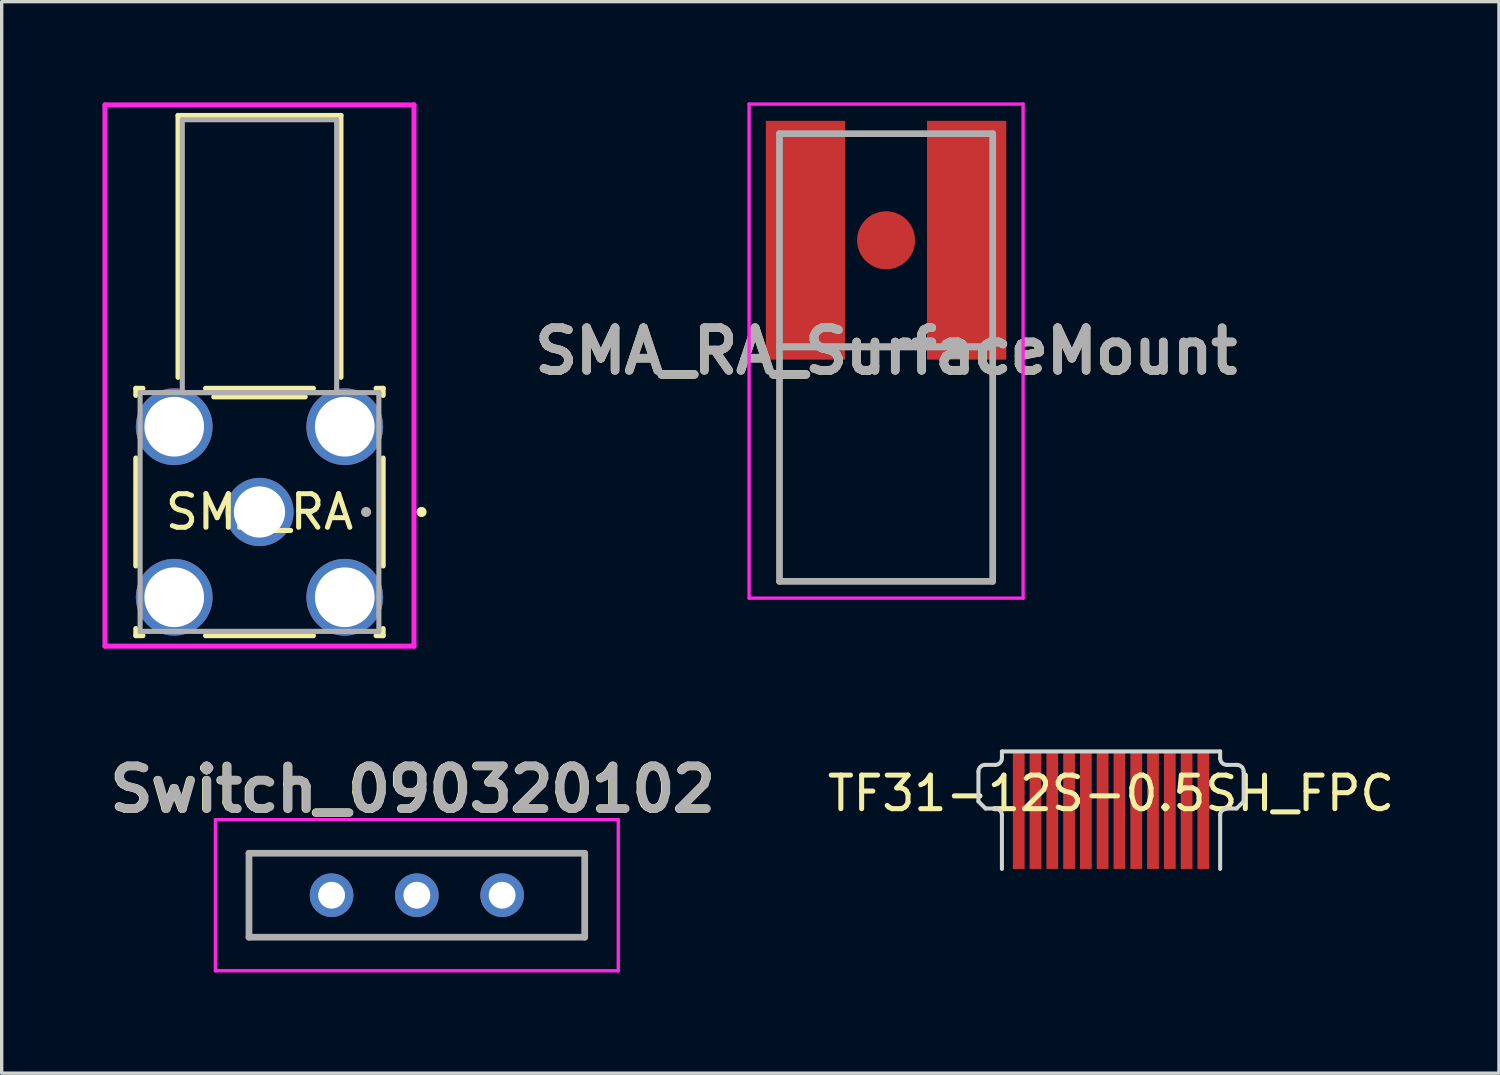
<source format=kicad_pcb>
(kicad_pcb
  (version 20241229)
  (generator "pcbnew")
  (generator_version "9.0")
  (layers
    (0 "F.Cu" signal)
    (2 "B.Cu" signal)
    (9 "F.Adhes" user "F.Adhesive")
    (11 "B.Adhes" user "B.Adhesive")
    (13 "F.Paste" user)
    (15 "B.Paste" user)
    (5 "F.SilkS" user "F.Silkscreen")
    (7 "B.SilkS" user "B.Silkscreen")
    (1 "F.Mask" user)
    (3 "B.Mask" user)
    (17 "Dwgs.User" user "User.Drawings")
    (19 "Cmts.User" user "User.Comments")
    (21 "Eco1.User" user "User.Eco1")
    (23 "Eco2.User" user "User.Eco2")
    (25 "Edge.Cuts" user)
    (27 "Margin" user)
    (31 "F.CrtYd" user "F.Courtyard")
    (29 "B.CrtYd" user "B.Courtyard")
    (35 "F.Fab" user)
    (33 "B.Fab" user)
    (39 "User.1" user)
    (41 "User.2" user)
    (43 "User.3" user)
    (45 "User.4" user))
  (footprint "SMA_RA"
    (layer "F.Cu")
    (at 4.679 12.2)
    (property "Reference" "SMA_RA" (at 0 0 0) (layer "F.SilkS") (effects (font (size 1 1) (thickness 0.15))))
    (attr through_hole)
    (fp_line (start -3.683 -3.683) (end -3.683 -3.473) (stroke (width 0.152) (type solid)) (layer "F.SilkS"))
    (fp_line (start -3.683 -1.607) (end -3.683 1.607) (stroke (width 0.152) (type solid)) (layer "F.SilkS"))
    (fp_line (start -3.683 3.473) (end -3.683 3.683) (stroke (width 0.152) (type solid)) (layer "F.SilkS"))
    (fp_line (start -3.683 3.683) (end -3.473 3.683) (stroke (width 0.152) (type solid)) (layer "F.SilkS"))
    (fp_line (start -3.473 -3.683) (end -3.683 -3.683) (stroke (width 0.152) (type solid)) (layer "F.SilkS"))
    (fp_line (start -2.426 -11.811) (end -2.426 -4.011) (stroke (width 0.152) (type solid)) (layer "F.SilkS"))
    (fp_line (start -1.607 3.683) (end 1.607 3.683) (stroke (width 0.152) (type solid)) (layer "F.SilkS"))
    (fp_line (start -1.362 -3.429) (end 1.362 -3.429) (stroke (width 0.152) (type solid)) (layer "F.SilkS"))
    (fp_line (start 1.607 -3.683) (end -1.607 -3.683) (stroke (width 0.152) (type solid)) (layer "F.SilkS"))
    (fp_line (start 2.426 -11.811) (end -2.426 -11.811) (stroke (width 0.152) (type solid)) (layer "F.SilkS"))
    (fp_line (start 2.426 -4.011) (end 2.426 -11.811) (stroke (width 0.152) (type solid)) (layer "F.SilkS"))
    (fp_line (start 3.473 3.683) (end 3.683 3.683) (stroke (width 0.152) (type solid)) (layer "F.SilkS"))
    (fp_line (start 3.683 -3.683) (end 3.473 -3.683) (stroke (width 0.152) (type solid)) (layer "F.SilkS"))
    (fp_line (start 3.683 -3.473) (end 3.683 -3.683) (stroke (width 0.152) (type solid)) (layer "F.SilkS"))
    (fp_line (start 3.683 1.607) (end 3.683 -1.607) (stroke (width 0.152) (type solid)) (layer "F.SilkS"))
    (fp_line (start 3.683 3.683) (end 3.683 3.473) (stroke (width 0.152) (type solid)) (layer "F.SilkS"))
    (fp_circle (center 4.826 0) (end 4.902 0) (stroke (width 0.152) (type solid)) (fill no) (layer "F.SilkS"))
    (fp_line (start -4.602 -12.124) (end 4.602 -12.124) (stroke (width 0.152) (type solid)) (layer "F.CrtYd"))
    (fp_line (start -4.602 3.996) (end -4.602 -12.124) (stroke (width 0.152) (type solid)) (layer "F.CrtYd"))
    (fp_line (start 4.602 -12.124) (end 4.602 3.996) (stroke (width 0.152) (type solid)) (layer "F.CrtYd"))
    (fp_line (start 4.602 3.996) (end -4.602 3.996) (stroke (width 0.152) (type solid)) (layer "F.CrtYd"))
    (fp_line (start -3.556 -3.556) (end -3.556 3.556) (stroke (width 0.152) (type solid)) (layer "F.Fab"))
    (fp_line (start -3.556 3.556) (end 3.556 3.556) (stroke (width 0.152) (type solid)) (layer "F.Fab"))
    (fp_line (start -2.299 -11.684) (end -2.299 -3.556) (stroke (width 0.152) (type solid)) (layer "F.Fab"))
    (fp_line (start -2.299 -3.556) (end 2.299 -3.556) (stroke (width 0.152) (type solid)) (layer "F.Fab"))
    (fp_line (start 2.299 -11.684) (end -2.299 -11.684) (stroke (width 0.152) (type solid)) (layer "F.Fab"))
    (fp_line (start 2.299 -3.556) (end 2.299 -11.684) (stroke (width 0.152) (type solid)) (layer "F.Fab"))
    (fp_line (start 3.556 -3.556) (end -3.556 -3.556) (stroke (width 0.152) (type solid)) (layer "F.Fab"))
    (fp_line (start 3.556 3.556) (end 3.556 -3.556) (stroke (width 0.152) (type solid)) (layer "F.Fab"))
    (fp_circle (center 3.175 0) (end 3.251 0) (stroke (width 0.152) (type solid)) (fill no) (layer "F.Fab"))
    (fp_text user "*" (at 0 0 0) (layer "F.SilkS") (effects (font (size 1 1) (thickness 0.15))))
    (fp_text user "Copyright 2016 Accelerated Designs. All rights reserved." (at 0 0 0) (layer "Cmts.User") (effects (font (size 0.127 0.127) (thickness 0.002))))
    (fp_text user "*" (at 0 0 0) (layer "F.Fab") (effects (font (size 1 1) (thickness 0.15))))
    (pad "1" thru_hole circle (at 0 0) (size 2.032 2.032) (drill 1.524) (layers "*.Cu" "*.Mask"))
    (pad "2" thru_hole circle (at -2.54 -2.54) (size 2.286 2.286) (drill 1.778) (layers "*.Cu" "*.Mask"))
    (pad "3" thru_hole circle (at -2.54 2.54) (size 2.286 2.286) (drill 1.778) (layers "*.Cu" "*.Mask"))
    (pad "4" thru_hole circle (at 2.54 2.54) (size 2.286 2.286) (drill 1.778) (layers "*.Cu" "*.Mask"))
    (pad "5" thru_hole circle (at 2.54 -2.54) (size 2.286 2.286) (drill 1.778) (layers "*.Cu" "*.Mask")))
  (footprint "TF31-12S-0.5SH_FPC"
    (layer "F.Cu")
    (at 30.043 21.082)
    (property "Reference" "TF31-12S-0.5SH_FPC" (at 0 -0.5 0) (unlocked yes) (layer "F.SilkS") (effects (font (size 1 1) (thickness 0.15))))
    (attr smd)
    (fp_line (start -3.95 -0.262) (end -3.95 -1.15) (stroke (width 0.12) (type solid)) (layer "Edge.Cuts"))
    (fp_line (start -3.75 -1.35) (end -3.45 -1.35) (stroke (width 0.12) (type solid)) (layer "Edge.Cuts"))
    (fp_line (start -3.738 -0.05) (end -3.95 -0.262) (stroke (width 0.12) (type solid)) (layer "Edge.Cuts"))
    (fp_line (start -3.45 -0.05) (end -3.738 -0.05) (stroke (width 0.12) (type solid)) (layer "Edge.Cuts"))
    (fp_line (start -3.25 -1.75) (end 3.25 -1.75) (stroke (width 0.12) (type solid)) (layer "Edge.Cuts"))
    (fp_line (start -3.25 -1.55) (end -3.25 -1.75) (stroke (width 0.12) (type solid)) (layer "Edge.Cuts"))
    (fp_line (start -3.25 1.75) (end -3.25 0.15) (stroke (width 0.12) (type solid)) (layer "Edge.Cuts"))
    (fp_line (start 3.25 -1.55) (end 3.25 -1.75) (stroke (width 0.12) (type solid)) (layer "Edge.Cuts"))
    (fp_line (start 3.25 1.75) (end 3.25 0.15) (stroke (width 0.12) (type solid)) (layer "Edge.Cuts"))
    (fp_line (start 3.45 -0.05) (end 3.738 -0.05) (stroke (width 0.12) (type solid)) (layer "Edge.Cuts"))
    (fp_line (start 3.738 -0.05) (end 3.95 -0.262) (stroke (width 0.12) (type solid)) (layer "Edge.Cuts"))
    (fp_line (start 3.75 -1.35) (end 3.45 -1.35) (stroke (width 0.12) (type solid)) (layer "Edge.Cuts"))
    (fp_line (start 3.95 -0.262) (end 3.95 -1.15) (stroke (width 0.12) (type solid)) (layer "Edge.Cuts"))
    (fp_arc (start -3.95 -1.15) (mid -3.891421 -1.291421) (end -3.75 -1.35) (stroke (width 0.12) (type solid)) (layer "Edge.Cuts"))
    (fp_arc (start -3.45 -0.05) (mid -3.308579 0.008579) (end -3.25 0.15) (stroke (width 0.12) (type solid)) (layer "Edge.Cuts"))
    (fp_arc (start -3.25 -1.55) (mid -3.308579 -1.408579) (end -3.45 -1.35) (stroke (width 0.12) (type solid)) (layer "Edge.Cuts"))
    (fp_arc (start 3.25 0.15) (mid 3.308579 0.008579) (end 3.45 -0.05) (stroke (width 0.12) (type solid)) (layer "Edge.Cuts"))
    (fp_arc (start 3.45 -1.35) (mid 3.308579 -1.408579) (end 3.25 -1.55) (stroke (width 0.12) (type solid)) (layer "Edge.Cuts"))
    (fp_arc (start 3.75 -1.35) (mid 3.891421 -1.291421) (end 3.95 -1.15) (stroke (width 0.12) (type solid)) (layer "Edge.Cuts"))
    (pad "1" smd rect (at -2.75 0) (size 0.35 3.5) (layers "F.Cu" "F.Mask" "F.Paste"))
    (pad "2" smd rect (at -2.25 0) (size 0.35 3.5) (layers "F.Cu" "F.Mask" "F.Paste"))
    (pad "3" smd rect (at -1.75 0) (size 0.35 3.5) (layers "F.Cu" "F.Mask" "F.Paste"))
    (pad "4" smd rect (at -1.25 0) (size 0.35 3.5) (layers "F.Cu" "F.Mask" "F.Paste"))
    (pad "5" smd rect (at -0.75 0) (size 0.35 3.5) (layers "F.Cu" "F.Mask" "F.Paste"))
    (pad "6" smd rect (at -0.25 0) (size 0.35 3.5) (layers "F.Cu" "F.Mask" "F.Paste"))
    (pad "7" smd rect (at 0.25 0) (size 0.35 3.5) (layers "F.Cu" "F.Mask" "F.Paste"))
    (pad "8" smd rect (at 0.75 0) (size 0.35 3.5) (layers "F.Cu" "F.Mask" "F.Paste"))
    (pad "9" smd rect (at 1.25 0) (size 0.35 3.5) (layers "F.Cu" "F.Mask" "F.Paste"))
    (pad "10" smd rect (at 1.75 0) (size 0.35 3.5) (layers "F.Cu" "F.Mask" "F.Paste"))
    (pad "11" smd rect (at 2.25 0) (size 0.35 3.5) (layers "F.Cu" "F.Mask" "F.Paste"))
    (pad "12" smd rect (at 2.75 0) (size 0.35 3.5) (layers "F.Cu" "F.Mask" "F.Paste")))
  (footprint "Switch_090320102"
    (layer "F.Cu")
    (at 9.366 23.615)
    (property "Reference" "Switch_090320102" (at -0.131 -3.155 0) (layer "F.SilkS") (effects (font (size 1.27 1.27) (thickness 0.254))))
    (attr through_hole)
    (fp_line (start -5 -1.25) (end 5 -1.25) (stroke (width 0.1) (type solid)) (layer "F.SilkS"))
    (fp_line (start -5 1.25) (end -5 -1.25) (stroke (width 0.1) (type solid)) (layer "F.SilkS"))
    (fp_line (start 5 -1.25) (end 5 1.25) (stroke (width 0.1) (type solid)) (layer "F.SilkS"))
    (fp_line (start 5 1.25) (end -5 1.25) (stroke (width 0.1) (type solid)) (layer "F.SilkS"))
    (fp_line (start -6 -2.25) (end 6 -2.25) (stroke (width 0.1) (type solid)) (layer "F.CrtYd"))
    (fp_line (start -6 2.25) (end -6 -2.25) (stroke (width 0.1) (type solid)) (layer "F.CrtYd"))
    (fp_line (start 6 -2.25) (end 6 2.25) (stroke (width 0.1) (type solid)) (layer "F.CrtYd"))
    (fp_line (start 6 2.25) (end -6 2.25) (stroke (width 0.1) (type solid)) (layer "F.CrtYd"))
    (fp_line (start -5 -1.25) (end 5 -1.25) (stroke (width 0.2) (type solid)) (layer "F.Fab"))
    (fp_line (start -5 1.25) (end -5 -1.25) (stroke (width 0.2) (type solid)) (layer "F.Fab"))
    (fp_line (start 5 -1.25) (end 5 1.25) (stroke (width 0.2) (type solid)) (layer "F.Fab"))
    (fp_line (start 5 1.25) (end -5 1.25) (stroke (width 0.2) (type solid)) (layer "F.Fab"))
    (fp_text user "${REFERENCE}" (at -0.111 -3.155 0) (layer "F.Fab") (effects (font (size 1.27 1.27) (thickness 0.254))))
    (pad "1" thru_hole circle (at -2.54 0) (size 1.3 1.3) (drill 0.8) (layers "*.Cu" "*.Mask"))
    (pad "2" thru_hole circle (at 0 0) (size 1.3 1.3) (drill 0.8) (layers "*.Cu" "*.Mask"))
    (pad "3" thru_hole circle (at 2.54 0) (size 1.3 1.3) (drill 0.8) (layers "*.Cu" "*.Mask")))
  (footprint "SMA_RA_SurfaceMount"
    (layer "F.Cu")
    (at 23.343 4.106)
    (property "Reference" "SMA_RA_SurfaceMount" (at 0 3.302 0) (layer "F.SilkS") (effects (font (size 1.27 1.27) (thickness 0.254))))
    (attr smd)
    (fp_line (start -0.5 -3.175) (end 0.5 -3.175) (stroke (width 0.1) (type solid)) (layer "F.SilkS"))
    (fp_line (start -0.5 3.175) (end 0.5 3.175) (stroke (width 0.1) (type solid)) (layer "F.SilkS"))
    (fp_line (start -4.081 -4.056) (end 4.081 -4.056) (stroke (width 0.1) (type solid)) (layer "F.CrtYd"))
    (fp_line (start -4.081 10.66) (end -4.081 -4.056) (stroke (width 0.1) (type solid)) (layer "F.CrtYd"))
    (fp_line (start 4.081 -4.056) (end 4.081 10.66) (stroke (width 0.1) (type solid)) (layer "F.CrtYd"))
    (fp_line (start 4.081 10.66) (end -4.081 10.66) (stroke (width 0.1) (type solid)) (layer "F.CrtYd"))
    (fp_line (start -3.175 -3.175) (end 3.175 -3.175) (stroke (width 0.2) (type solid)) (layer "F.Fab"))
    (fp_line (start -3.175 3.175) (end -3.175 -3.175) (stroke (width 0.2) (type solid)) (layer "F.Fab"))
    (fp_line (start -3.175 3.175) (end 3.175 3.175) (stroke (width 0.2) (type solid)) (layer "F.Fab"))
    (fp_line (start -3.175 10.16) (end -3.175 3.175) (stroke (width 0.2) (type solid)) (layer "F.Fab"))
    (fp_line (start 3.175 -3.175) (end 3.175 3.175) (stroke (width 0.2) (type solid)) (layer "F.Fab"))
    (fp_line (start 3.175 3.175) (end -3.175 3.175) (stroke (width 0.2) (type solid)) (layer "F.Fab"))
    (fp_line (start 3.175 3.175) (end 3.175 10.16) (stroke (width 0.2) (type solid)) (layer "F.Fab"))
    (fp_line (start 3.175 10.16) (end -3.175 10.16) (stroke (width 0.2) (type solid)) (layer "F.Fab"))
    (fp_text user "${REFERENCE}" (at 0 3.302 0) (layer "F.Fab") (effects (font (size 1.27 1.27) (thickness 0.254))))
    (pad "1" smd rect (at -2.4 0) (size 2.362 7.112) (layers "F.Cu" "F.Mask" "F.Paste"))
    (pad "2" smd circle (at 0 0 90) (size 1.727 1.727) (layers "F.Cu" "F.Mask" "F.Paste"))
    (pad "3" smd rect (at 2.4 0) (size 2.362 7.112) (layers "F.Cu" "F.Mask" "F.Paste")))
  (gr_rect
    (start -3 -3)
    (end 41.597 28.915)
    (stroke (width 0.1) (type default))
    (fill no)
    (layer "Edge.Cuts")))
</source>
